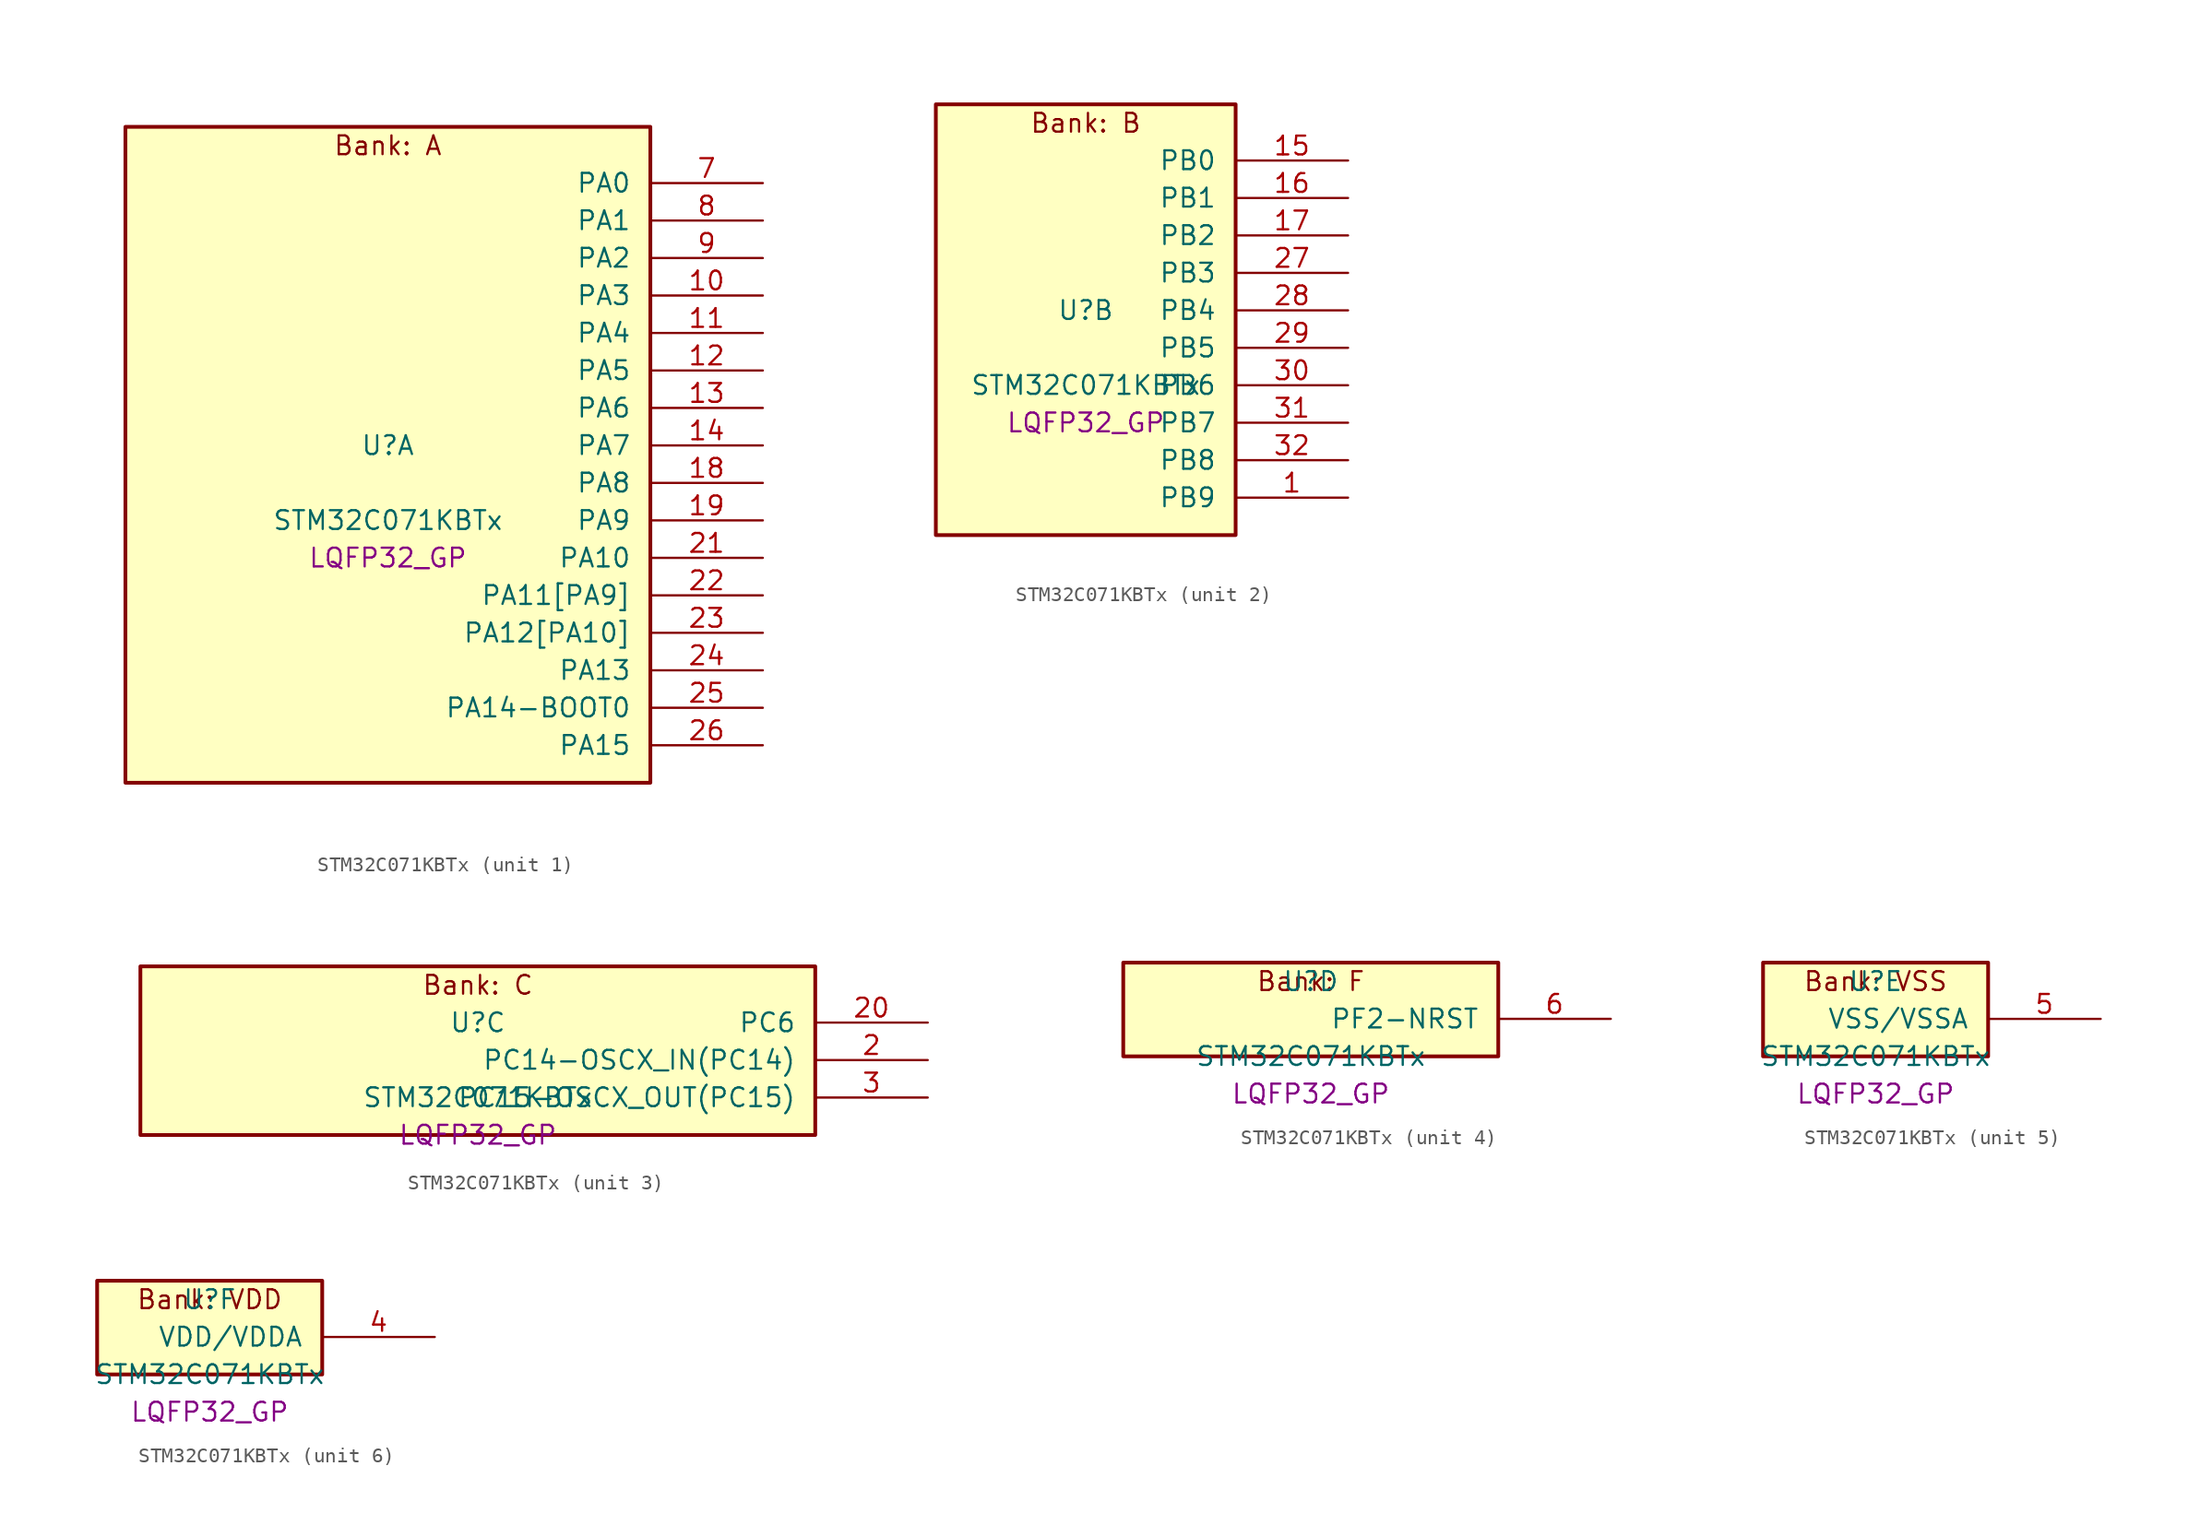
<source format=kicad_sym>
(kicad_symbol_lib
  (version 20241209)
  (generator "stm32_pkl_generator")
  (generator_version "1.0")
  (symbol "STM32C071KBTx"
    (pin_names
      (offset 1.27))
    (property "Reference" "U"
      (at 0 2.54 0))
    (property "Value" "STM32C071KBTx"
      (at 0 -2.54 0))
    (property "Footprint" "LQFP32_GP"
      (at 0 -5.08 0))
    (symbol "STM32C071KBTx_1_1"
      (rectangle (start -17.78 24.13) (end 17.78 -20.32) (stroke (width 0.254) (type solid)) (fill (type background)))
      (text "Bank: A" (at 0 22.86 0))
      (pin bidirectional line (at 25.4 20.32 180) (length 7.62) (name "PA0") (number "7") (alternate "PA0/ADC1_IN0" bidirectional line) (alternate "PA0/PWR_WKUP1" bidirectional line) (alternate "PA0/SPI2_SCK" bidirectional line) (alternate "PA0/TIM16_CH1" bidirectional line) (alternate "PA0/TIM1_CH1" bidirectional line) (alternate "PA0/TIM2_CH1" bidirectional line) (alternate "PA0/TIM2_ETR" bidirectional line) (alternate "PA0/USART1_TX" bidirectional line) (alternate "PA0/USART2_CTS" bidirectional line) (alternate "PA0/USART2_NSS" bidirectional line))
      (pin bidirectional line (at 25.4 17.78 180) (length 7.62) (name "PA1") (number "8") (alternate "PA1/ADC1_IN1" bidirectional line) (alternate "PA1/I2C1_SMBA" bidirectional line) (alternate "PA1/I2S1_CK" bidirectional line) (alternate "PA1/SPI1_SCK" bidirectional line) (alternate "PA1/TIM17_CH1" bidirectional line) (alternate "PA1/TIM1_CH2" bidirectional line) (alternate "PA1/TIM2_CH2" bidirectional line) (alternate "PA1/USART1_RX" bidirectional line) (alternate "PA1/USART2_CK" bidirectional line) (alternate "PA1/USART2_DE" bidirectional line) (alternate "PA1/USART2_RTS" bidirectional line))
      (pin bidirectional line (at 25.4 15.24 180) (length 7.62) (name "PA2") (number "9") (alternate "PA2/ADC1_IN2" bidirectional line) (alternate "PA2/I2S1_SD" bidirectional line) (alternate "PA2/PWR_WKUP4" bidirectional line) (alternate "PA2/RCC_LSCO" bidirectional line) (alternate "PA2/SPI1_MOSI" bidirectional line) (alternate "PA2/TIM16_CH1N" bidirectional line) (alternate "PA2/TIM1_CH3" bidirectional line) (alternate "PA2/TIM2_CH3" bidirectional line) (alternate "PA2/TIM3_ETR" bidirectional line) (alternate "PA2/USART2_TX" bidirectional line))
      (pin bidirectional line (at 25.4 12.7 180) (length 7.62) (name "PA3") (number "10") (alternate "PA3/ADC1_IN3" bidirectional line) (alternate "PA3/SPI2_MISO" bidirectional line) (alternate "PA3/TIM1_CH1N" bidirectional line) (alternate "PA3/TIM1_CH4" bidirectional line) (alternate "PA3/TIM2_CH4" bidirectional line) (alternate "PA3/USART2_RX" bidirectional line))
      (pin bidirectional line (at 25.4 10.16 180) (length 7.62) (name "PA4") (number "11") (alternate "PA4/ADC1_IN4" bidirectional line) (alternate "PA4/I2S1_WS" bidirectional line) (alternate "PA4/PWR_WKUP2" bidirectional line) (alternate "PA4/RTC_OUT1" bidirectional line) (alternate "PA4/RTC_TS" bidirectional line) (alternate "PA4/SPI1_NSS" bidirectional line) (alternate "PA4/SPI2_MOSI" bidirectional line) (alternate "PA4/TIM14_CH1" bidirectional line) (alternate "PA4/TIM17_CH1N" bidirectional line) (alternate "PA4/TIM1_CH2N" bidirectional line) (alternate "PA4/USART2_TX" bidirectional line) (alternate "PA4/USB_NOE" bidirectional line))
      (pin bidirectional line (at 25.4 7.62 180) (length 7.62) (name "PA5") (number "12") (alternate "PA5/ADC1_IN5" bidirectional line) (alternate "PA5/I2S1_CK" bidirectional line) (alternate "PA5/SPI1_SCK" bidirectional line) (alternate "PA5/TIM1_CH1" bidirectional line) (alternate "PA5/TIM1_CH3N" bidirectional line) (alternate "PA5/TIM2_CH1" bidirectional line) (alternate "PA5/TIM2_ETR" bidirectional line) (alternate "PA5/USART2_RX" bidirectional line))
      (pin bidirectional line (at 25.4 5.08 180) (length 7.62) (name "PA6") (number "13") (alternate "PA6/ADC1_IN6" bidirectional line) (alternate "PA6/I2C2_SDA" bidirectional line) (alternate "PA6/I2S1_MCK" bidirectional line) (alternate "PA6/SPI1_MISO" bidirectional line) (alternate "PA6/TIM16_CH1" bidirectional line) (alternate "PA6/TIM1_BKIN" bidirectional line) (alternate "PA6/TIM3_CH1" bidirectional line))
      (pin bidirectional line (at 25.4 2.54 180) (length 7.62) (name "PA7") (number "14") (alternate "PA7/ADC1_IN7" bidirectional line) (alternate "PA7/I2C2_SCL" bidirectional line) (alternate "PA7/I2S1_SD" bidirectional line) (alternate "PA7/SPI1_MOSI" bidirectional line) (alternate "PA7/TIM14_CH1" bidirectional line) (alternate "PA7/TIM17_CH1" bidirectional line) (alternate "PA7/TIM1_CH1N" bidirectional line) (alternate "PA7/TIM3_CH2" bidirectional line))
      (pin bidirectional line (at 25.4 0 180) (length 7.62) (name "PA8") (number "18") (alternate "PA8/ADC1_IN8" bidirectional line) (alternate "PA8/CRS_SYNC" bidirectional line) (alternate "PA8/I2S1_WS" bidirectional line) (alternate "PA8/RCC_MCO" bidirectional line) (alternate "PA8/RCC_MCO_2" bidirectional line) (alternate "PA8/SPI1_NSS" bidirectional line) (alternate "PA8/SPI2_MISO" bidirectional line) (alternate "PA8/SPI2_NSS" bidirectional line) (alternate "PA8/TIM14_CH1" bidirectional line) (alternate "PA8/TIM1_CH1" bidirectional line) (alternate "PA8/TIM1_CH2N" bidirectional line) (alternate "PA8/TIM1_CH3N" bidirectional line) (alternate "PA8/TIM3_CH3" bidirectional line) (alternate "PA8/TIM3_CH4" bidirectional line) (alternate "PA8/USART1_RX" bidirectional line) (alternate "PA8/USART2_TX" bidirectional line))
      (pin bidirectional line (at 25.4 -2.54 180) (length 7.62) (name "PA9") (number "19") (alternate "PA9/I2C1_SCL" bidirectional line) (alternate "PA9/I2C2_SCL" bidirectional line) (alternate "PA9/RCC_MCO" bidirectional line) (alternate "PA9/SPI2_MISO" bidirectional line) (alternate "PA9/TIM1_CH2" bidirectional line) (alternate "PA9/TIM3_ETR" bidirectional line) (alternate "PA9/USART1_TX" bidirectional line) (alternate "PA9/NC" bidirectional line))
      (pin bidirectional line (at 25.4 -5.08 180) (length 7.62) (name "PA10") (number "21") (alternate "PA10/I2C1_SDA" bidirectional line) (alternate "PA10/I2C2_SDA" bidirectional line) (alternate "PA10/RCC_MCO_2" bidirectional line) (alternate "PA10/SPI2_MOSI" bidirectional line) (alternate "PA10/TIM17_BKIN" bidirectional line) (alternate "PA10/TIM1_CH3" bidirectional line) (alternate "PA10/USART1_RX" bidirectional line) (alternate "PA10/NC" bidirectional line))
      (pin bidirectional line (at 25.4 -7.62 180) (length 7.62) (name "PA11[PA9]") (number "22") (alternate "PA11[PA9]/ADC1_EXTI11" bidirectional line) (alternate "PA11[PA9]/I2C2_SCL" bidirectional line) (alternate "PA11[PA9]/I2S1_MCK" bidirectional line) (alternate "PA11[PA9]/SPI1_MISO" bidirectional line) (alternate "PA11[PA9]/TIM1_BKIN2" bidirectional line) (alternate "PA11[PA9]/TIM1_CH4" bidirectional line) (alternate "PA11[PA9]/USART1_CTS" bidirectional line) (alternate "PA11[PA9]/USART1_NSS" bidirectional line) (alternate "PA11[PA9]/USB_DM" bidirectional line) (alternate "PA11[PA9]/PA9[PA11]" bidirectional line) (alternate "PA11[PA9]/I2C1_SCL" bidirectional line) (alternate "PA11[PA9]/RCC_MCO" bidirectional line) (alternate "PA11[PA9]/SPI2_MISO" bidirectional line) (alternate "PA11[PA9]/TIM1_CH2" bidirectional line) (alternate "PA11[PA9]/TIM3_ETR" bidirectional line) (alternate "PA11[PA9]/USART1_TX" bidirectional line))
      (pin bidirectional line (at 25.4 -10.16 180) (length 7.62) (name "PA12[PA10]") (number "23") (alternate "PA12[PA10]/I2C2_SDA" bidirectional line) (alternate "PA12[PA10]/I2S1_SD" bidirectional line) (alternate "PA12[PA10]/I2S_CKIN" bidirectional line) (alternate "PA12[PA10]/SPI1_MOSI" bidirectional line) (alternate "PA12[PA10]/TIM1_ETR" bidirectional line) (alternate "PA12[PA10]/USART1_CK" bidirectional line) (alternate "PA12[PA10]/USART1_DE" bidirectional line) (alternate "PA12[PA10]/USART1_RTS" bidirectional line) (alternate "PA12[PA10]/USB_DP" bidirectional line) (alternate "PA12[PA10]/PA10[PA12]" bidirectional line) (alternate "PA12[PA10]/I2C1_SDA" bidirectional line) (alternate "PA12[PA10]/RCC_MCO_2" bidirectional line) (alternate "PA12[PA10]/SPI2_MOSI" bidirectional line) (alternate "PA12[PA10]/TIM17_BKIN" bidirectional line) (alternate "PA12[PA10]/TIM1_CH3" bidirectional line) (alternate "PA12[PA10]/USART1_RX" bidirectional line))
      (pin bidirectional line (at 25.4 -12.7 180) (length 7.62) (name "PA13") (number "24") (alternate "PA13/ADC1_IN13" bidirectional line) (alternate "PA13/DEBUG_SWDIO" bidirectional line) (alternate "PA13/IR_OUT" bidirectional line) (alternate "PA13/TIM3_ETR" bidirectional line) (alternate "PA13/USART2_RX" bidirectional line) (alternate "PA13/USB_NOE" bidirectional line))
      (pin bidirectional line (at 25.4 -15.24 180) (length 7.62) (name "PA14-BOOT0") (number "25") (alternate "PA14-BOOT0/ADC1_IN14" bidirectional line) (alternate "PA14-BOOT0/DEBUG_SWCLK" bidirectional line) (alternate "PA14-BOOT0/I2S1_WS" bidirectional line) (alternate "PA14-BOOT0/RCC_MCO_2" bidirectional line) (alternate "PA14-BOOT0/SPI1_NSS" bidirectional line) (alternate "PA14-BOOT0/TIM1_CH1" bidirectional line) (alternate "PA14-BOOT0/USART1_CK" bidirectional line) (alternate "PA14-BOOT0/USART1_DE" bidirectional line) (alternate "PA14-BOOT0/USART1_RTS" bidirectional line) (alternate "PA14-BOOT0/USART2_RX" bidirectional line) (alternate "PA14-BOOT0/USART2_TX" bidirectional line))
      (pin bidirectional line (at 25.4 -17.78 180) (length 7.62) (name "PA15") (number "26") (alternate "PA15/I2S1_WS" bidirectional line) (alternate "PA15/RCC_MCO_2" bidirectional line) (alternate "PA15/SPI1_NSS" bidirectional line) (alternate "PA15/TIM1_CH1" bidirectional line) (alternate "PA15/TIM2_CH1" bidirectional line) (alternate "PA15/TIM2_ETR" bidirectional line) (alternate "PA15/USART1_CK" bidirectional line) (alternate "PA15/USART1_DE" bidirectional line) (alternate "PA15/USART1_RTS" bidirectional line) (alternate "PA15/USART2_RX" bidirectional line) (alternate "PA15/USB_NOE" bidirectional line)))
    (symbol "STM32C071KBTx_2_1"
      (rectangle (start -10.16 16.51) (end 10.16 -12.7) (stroke (width 0.254) (type solid)) (fill (type background)))
      (text "Bank: B" (at 0 15.24 0))
      (pin bidirectional line (at 17.78 12.7 180) (length 7.62) (name "PB0") (number "15") (alternate "PB0/ADC1_IN17" bidirectional line) (alternate "PB0/I2S1_WS" bidirectional line) (alternate "PB0/SPI1_NSS" bidirectional line) (alternate "PB0/TIM1_CH2N" bidirectional line) (alternate "PB0/TIM3_CH3" bidirectional line))
      (pin bidirectional line (at 17.78 10.16 180) (length 7.62) (name "PB1") (number "16") (alternate "PB1/ADC1_IN18" bidirectional line) (alternate "PB1/TIM14_CH1" bidirectional line) (alternate "PB1/TIM1_CH2N" bidirectional line) (alternate "PB1/TIM1_CH3N" bidirectional line) (alternate "PB1/TIM3_CH4" bidirectional line))
      (pin bidirectional line (at 17.78 7.62 180) (length 7.62) (name "PB2") (number "17") (alternate "PB2/ADC1_IN19" bidirectional line) (alternate "PB2/RCC_MCO_2" bidirectional line) (alternate "PB2/SPI2_MISO" bidirectional line) (alternate "PB2/USART1_RX" bidirectional line))
      (pin bidirectional line (at 17.78 5.08 180) (length 7.62) (name "PB3") (number "27") (alternate "PB3/I2C2_SCL" bidirectional line) (alternate "PB3/I2S1_CK" bidirectional line) (alternate "PB3/SPI1_SCK" bidirectional line) (alternate "PB3/TIM1_CH2" bidirectional line) (alternate "PB3/TIM2_CH2" bidirectional line) (alternate "PB3/TIM3_CH2" bidirectional line) (alternate "PB3/USART1_CK" bidirectional line) (alternate "PB3/USART1_DE" bidirectional line) (alternate "PB3/USART1_RTS" bidirectional line))
      (pin bidirectional line (at 17.78 2.54 180) (length 7.62) (name "PB4") (number "28") (alternate "PB4/I2C2_SDA" bidirectional line) (alternate "PB4/I2S1_MCK" bidirectional line) (alternate "PB4/SPI1_MISO" bidirectional line) (alternate "PB4/TIM17_BKIN" bidirectional line) (alternate "PB4/TIM3_CH1" bidirectional line) (alternate "PB4/USART1_CTS" bidirectional line) (alternate "PB4/USART1_NSS" bidirectional line))
      (pin bidirectional line (at 17.78 0 180) (length 7.62) (name "PB5") (number "29") (alternate "PB5/I2C1_SMBA" bidirectional line) (alternate "PB5/I2S1_SD" bidirectional line) (alternate "PB5/PWR_WKUP6" bidirectional line) (alternate "PB5/SPI1_MOSI" bidirectional line) (alternate "PB5/TIM16_BKIN" bidirectional line) (alternate "PB5/TIM3_CH2" bidirectional line) (alternate "PB5/TIM3_CH3" bidirectional line))
      (pin bidirectional line (at 17.78 -2.54 180) (length 7.62) (name "PB6") (number "30") (alternate "PB6/I2C1_SCL" bidirectional line) (alternate "PB6/I2C1_SMBA" bidirectional line) (alternate "PB6/I2S1_CK" bidirectional line) (alternate "PB6/I2S1_MCK" bidirectional line) (alternate "PB6/I2S1_SD" bidirectional line) (alternate "PB6/PWR_WKUP3" bidirectional line) (alternate "PB6/SPI1_MISO" bidirectional line) (alternate "PB6/SPI1_MOSI" bidirectional line) (alternate "PB6/SPI1_SCK" bidirectional line) (alternate "PB6/SPI2_MISO" bidirectional line) (alternate "PB6/TIM16_BKIN" bidirectional line) (alternate "PB6/TIM16_CH1N" bidirectional line) (alternate "PB6/TIM17_BKIN" bidirectional line) (alternate "PB6/TIM1_CH2" bidirectional line) (alternate "PB6/TIM1_CH3" bidirectional line) (alternate "PB6/TIM3_CH1" bidirectional line) (alternate "PB6/TIM3_CH2" bidirectional line) (alternate "PB6/TIM3_CH3" bidirectional line) (alternate "PB6/USART1_CTS" bidirectional line) (alternate "PB6/USART1_NSS" bidirectional line) (alternate "PB6/USART1_TX" bidirectional line))
      (pin bidirectional line (at 17.78 -5.08 180) (length 7.62) (name "PB7") (number "31") (alternate "PB7/I2C1_SCL" bidirectional line) (alternate "PB7/I2C1_SDA" bidirectional line) (alternate "PB7/RTC_REFIN" bidirectional line) (alternate "PB7/SPI2_MOSI" bidirectional line) (alternate "PB7/TIM16_CH1" bidirectional line) (alternate "PB7/TIM17_CH1N" bidirectional line) (alternate "PB7/TIM1_CH4" bidirectional line) (alternate "PB7/TIM3_CH1" bidirectional line) (alternate "PB7/TIM3_CH4" bidirectional line) (alternate "PB7/USART1_RX" bidirectional line) (alternate "PB7/USART2_CTS" bidirectional line) (alternate "PB7/USART2_NSS" bidirectional line))
      (pin bidirectional line (at 17.78 -7.62 180) (length 7.62) (name "PB8") (number "32") (alternate "PB8/I2C1_SCL" bidirectional line) (alternate "PB8/SPI2_SCK" bidirectional line) (alternate "PB8/TIM16_CH1" bidirectional line) (alternate "PB8/TIM3_CH1" bidirectional line) (alternate "PB8/USART2_CTS" bidirectional line) (alternate "PB8/USART2_NSS" bidirectional line))
      (pin bidirectional line (at 17.78 -10.16 180) (length 7.62) (name "PB9") (number "1") (alternate "PB9/I2C1_SDA" bidirectional line) (alternate "PB9/IR_OUT" bidirectional line) (alternate "PB9/SPI2_NSS" bidirectional line) (alternate "PB9/TIM17_CH1" bidirectional line) (alternate "PB9/TIM3_CH2" bidirectional line) (alternate "PB9/USART2_CK" bidirectional line) (alternate "PB9/USART2_DE" bidirectional line) (alternate "PB9/USART2_RTS" bidirectional line)))
    (symbol "STM32C071KBTx_3_1"
      (rectangle (start -22.86 6.35) (end 22.86 -5.08) (stroke (width 0.254) (type solid)) (fill (type background)))
      (text "Bank: C" (at 0 5.08 0))
      (pin bidirectional line (at 30.48 2.54 180) (length 7.62) (name "PC6") (number "20") (alternate "PC6/TIM2_CH3" bidirectional line) (alternate "PC6/TIM3_CH1" bidirectional line))
      (pin bidirectional line (at 30.48 0 180) (length 7.62) (name "PC14-OSCX_IN(PC14)") (number "2") (alternate "PC14-OSCX_IN(PC14)/I2C1_SDA" bidirectional line) (alternate "PC14-OSCX_IN(PC14)/IR_OUT" bidirectional line) (alternate "PC14-OSCX_IN(PC14)/RCC_OSCX_IN" bidirectional line) (alternate "PC14-OSCX_IN(PC14)/SPI2_NSS" bidirectional line) (alternate "PC14-OSCX_IN(PC14)/TIM17_CH1" bidirectional line) (alternate "PC14-OSCX_IN(PC14)/TIM1_BKIN2" bidirectional line) (alternate "PC14-OSCX_IN(PC14)/TIM1_ETR" bidirectional line) (alternate "PC14-OSCX_IN(PC14)/TIM3_CH2" bidirectional line) (alternate "PC14-OSCX_IN(PC14)/USART1_TX" bidirectional line) (alternate "PC14-OSCX_IN(PC14)/USART2_CK" bidirectional line) (alternate "PC14-OSCX_IN(PC14)/USART2_DE" bidirectional line) (alternate "PC14-OSCX_IN(PC14)/USART2_RTS" bidirectional line))
      (pin bidirectional line (at 30.48 -2.54 180) (length 7.62) (name "PC15-OSCX_OUT(PC15)") (number "3") (alternate "PC15-OSCX_OUT(PC15)/RCC_OSC32_EN" bidirectional line) (alternate "PC15-OSCX_OUT(PC15)/RCC_OSCX_OUT" bidirectional line) (alternate "PC15-OSCX_OUT(PC15)/RCC_OSC_EN" bidirectional line) (alternate "PC15-OSCX_OUT(PC15)/TIM1_ETR" bidirectional line) (alternate "PC15-OSCX_OUT(PC15)/TIM3_CH3" bidirectional line)))
    (symbol "STM32C071KBTx_4_1"
      (rectangle (start -12.7 3.81) (end 12.7 -2.54) (stroke (width 0.254) (type solid)) (fill (type background)))
      (text "Bank: F" (at 0 2.54 0))
      (pin bidirectional line (at 20.32 0 180) (length 7.62) (name "PF2-NRST") (number "6") (alternate "PF2-NRST/RCC_MCO" bidirectional line) (alternate "PF2-NRST/TIM1_CH4" bidirectional line)))
    (symbol "STM32C071KBTx_5_1"
      (rectangle (start -7.62 3.81) (end 7.62 -2.54) (stroke (width 0.254) (type solid)) (fill (type background)))
      (text "Bank: VSS" (at 0 2.54 0))
      (pin power_in line (at 15.24 0 180) (length 7.62) (name "VSS/VSSA") (number "5")))
    (symbol "STM32C071KBTx_6_1"
      (rectangle (start -7.62 3.81) (end 7.62 -2.54) (stroke (width 0.254) (type solid)) (fill (type background)))
      (text "Bank: VDD" (at 0 2.54 0))
      (pin power_in line (at 15.24 0 180) (length 7.62) (name "VDD/VDDA") (number "4")))))
</source>
